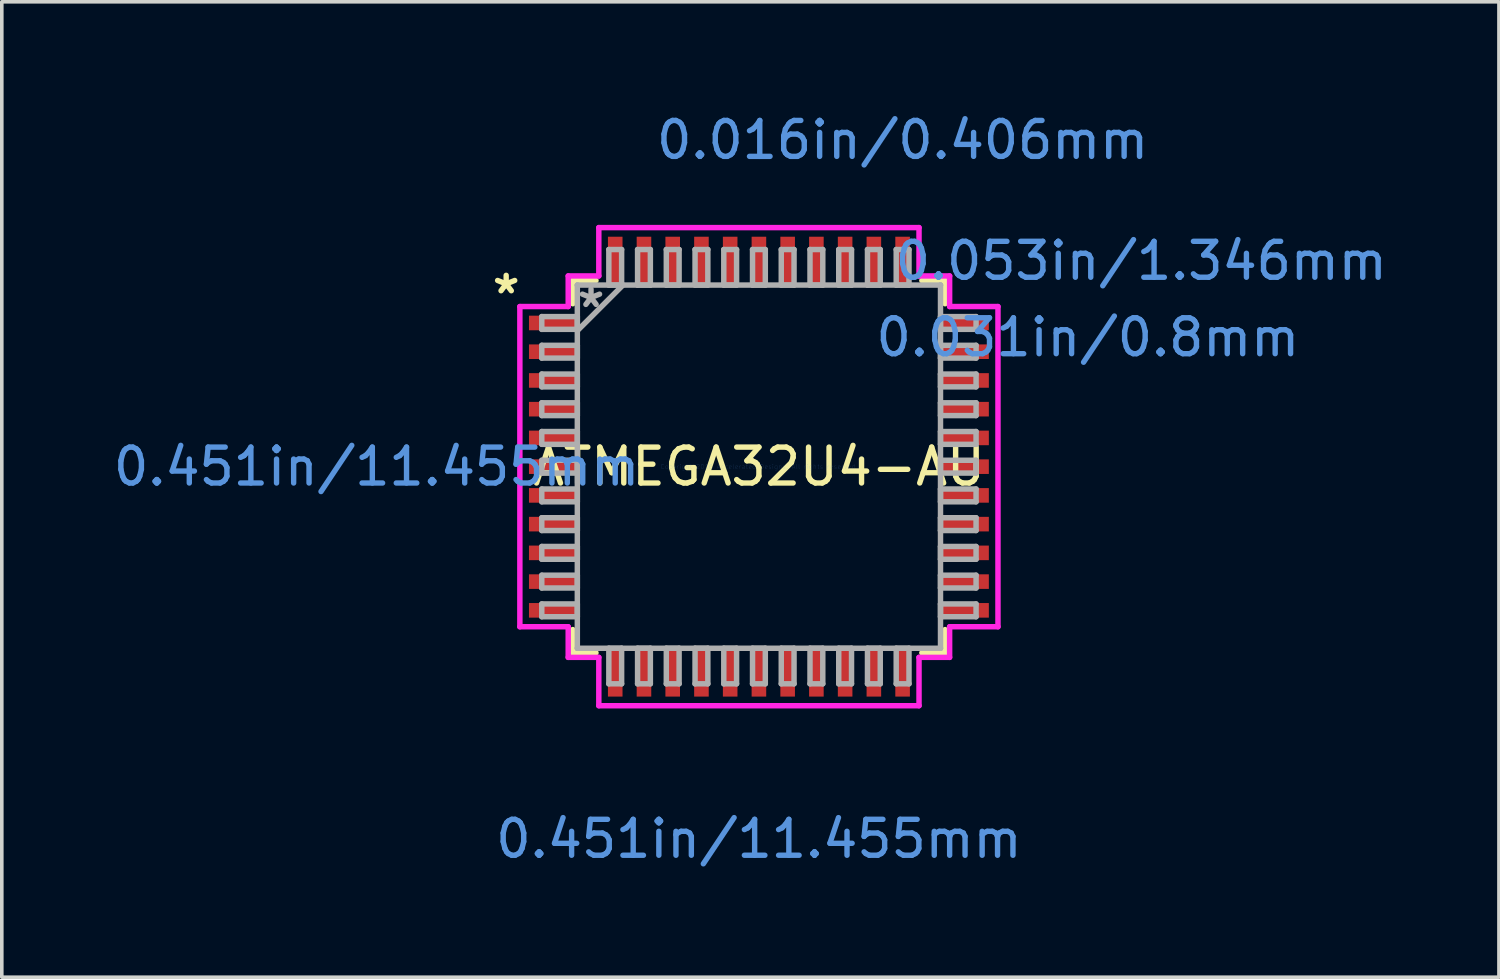
<source format=kicad_pcb>
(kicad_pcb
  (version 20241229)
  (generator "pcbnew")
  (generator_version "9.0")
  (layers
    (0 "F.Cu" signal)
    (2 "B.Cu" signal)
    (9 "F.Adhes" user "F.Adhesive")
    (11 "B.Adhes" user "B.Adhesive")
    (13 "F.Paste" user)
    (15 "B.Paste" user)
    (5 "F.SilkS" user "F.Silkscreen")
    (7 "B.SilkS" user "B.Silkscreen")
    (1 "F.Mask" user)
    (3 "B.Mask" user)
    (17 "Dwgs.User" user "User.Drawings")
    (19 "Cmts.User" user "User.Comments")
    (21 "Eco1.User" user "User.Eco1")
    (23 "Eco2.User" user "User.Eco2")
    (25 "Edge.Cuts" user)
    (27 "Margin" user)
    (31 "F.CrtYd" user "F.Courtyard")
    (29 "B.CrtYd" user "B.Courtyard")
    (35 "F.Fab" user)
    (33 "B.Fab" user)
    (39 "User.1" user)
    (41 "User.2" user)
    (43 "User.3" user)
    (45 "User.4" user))
  (footprint "ATMEGA32U4-AU"
    (layer "F.Cu")
    (at 18.077 9.941)
    (property "Reference" "ATMEGA32U4-AU" (at 0 0 0) (layer "F.SilkS") (effects (font (size 1 1) (thickness 0.15))))
    (attr through_hole)
    (fp_line (start -5.182 -5.182) (end -5.182 -4.536) (stroke (width 0.152) (type solid)) (layer "F.SilkS"))
    (fp_line (start -5.182 4.536) (end -5.182 5.182) (stroke (width 0.152) (type solid)) (layer "F.SilkS"))
    (fp_line (start -5.182 5.182) (end -4.536 5.182) (stroke (width 0.152) (type solid)) (layer "F.SilkS"))
    (fp_line (start -4.536 -5.182) (end -5.182 -5.182) (stroke (width 0.152) (type solid)) (layer "F.SilkS"))
    (fp_line (start 4.536 5.182) (end 5.182 5.182) (stroke (width 0.152) (type solid)) (layer "F.SilkS"))
    (fp_line (start 5.182 -5.182) (end 4.536 -5.182) (stroke (width 0.152) (type solid)) (layer "F.SilkS"))
    (fp_line (start 5.182 -4.536) (end 5.182 -5.182) (stroke (width 0.152) (type solid)) (layer "F.SilkS"))
    (fp_line (start 5.182 5.182) (end 5.182 4.536) (stroke (width 0.152) (type solid)) (layer "F.SilkS"))
    (fp_line (start -6.655 -4.457) (end -5.309 -4.457) (stroke (width 0.152) (type solid)) (layer "F.CrtYd"))
    (fp_line (start -6.655 4.457) (end -6.655 -4.457) (stroke (width 0.152) (type solid)) (layer "F.CrtYd"))
    (fp_line (start -5.309 -5.309) (end -4.457 -5.309) (stroke (width 0.152) (type solid)) (layer "F.CrtYd"))
    (fp_line (start -5.309 -4.457) (end -5.309 -5.309) (stroke (width 0.152) (type solid)) (layer "F.CrtYd"))
    (fp_line (start -5.309 4.457) (end -6.655 4.457) (stroke (width 0.152) (type solid)) (layer "F.CrtYd"))
    (fp_line (start -5.309 5.309) (end -5.309 4.457) (stroke (width 0.152) (type solid)) (layer "F.CrtYd"))
    (fp_line (start -5.309 5.309) (end -4.457 5.309) (stroke (width 0.152) (type solid)) (layer "F.CrtYd"))
    (fp_line (start -4.457 -6.655) (end 4.457 -6.655) (stroke (width 0.152) (type solid)) (layer "F.CrtYd"))
    (fp_line (start -4.457 -5.309) (end -4.457 -6.655) (stroke (width 0.152) (type solid)) (layer "F.CrtYd"))
    (fp_line (start -4.457 5.309) (end -4.457 6.655) (stroke (width 0.152) (type solid)) (layer "F.CrtYd"))
    (fp_line (start -4.457 6.655) (end 4.457 6.655) (stroke (width 0.152) (type solid)) (layer "F.CrtYd"))
    (fp_line (start 4.457 -6.655) (end 4.457 -5.309) (stroke (width 0.152) (type solid)) (layer "F.CrtYd"))
    (fp_line (start 4.457 -5.309) (end 5.309 -5.309) (stroke (width 0.152) (type solid)) (layer "F.CrtYd"))
    (fp_line (start 4.457 5.309) (end 5.309 5.309) (stroke (width 0.152) (type solid)) (layer "F.CrtYd"))
    (fp_line (start 4.457 6.655) (end 4.457 5.309) (stroke (width 0.152) (type solid)) (layer "F.CrtYd"))
    (fp_line (start 5.309 -4.457) (end 5.309 -5.309) (stroke (width 0.152) (type solid)) (layer "F.CrtYd"))
    (fp_line (start 5.309 4.457) (end 6.655 4.457) (stroke (width 0.152) (type solid)) (layer "F.CrtYd"))
    (fp_line (start 5.309 5.309) (end 5.309 4.457) (stroke (width 0.152) (type solid)) (layer "F.CrtYd"))
    (fp_line (start 6.655 -4.457) (end 5.309 -4.457) (stroke (width 0.152) (type solid)) (layer "F.CrtYd"))
    (fp_line (start 6.655 4.457) (end 6.655 -4.457) (stroke (width 0.152) (type solid)) (layer "F.CrtYd"))
    (fp_line (start -6.045 -4.178) (end -6.045 -3.822) (stroke (width 0.152) (type solid)) (layer "F.Fab"))
    (fp_line (start -6.045 -3.822) (end -5.055 -3.822) (stroke (width 0.152) (type solid)) (layer "F.Fab"))
    (fp_line (start -6.045 -3.378) (end -6.045 -3.022) (stroke (width 0.152) (type solid)) (layer "F.Fab"))
    (fp_line (start -6.045 -3.022) (end -5.055 -3.022) (stroke (width 0.152) (type solid)) (layer "F.Fab"))
    (fp_line (start -6.045 -2.578) (end -6.045 -2.222) (stroke (width 0.152) (type solid)) (layer "F.Fab"))
    (fp_line (start -6.045 -2.222) (end -5.055 -2.222) (stroke (width 0.152) (type solid)) (layer "F.Fab"))
    (fp_line (start -6.045 -1.778) (end -6.045 -1.422) (stroke (width 0.152) (type solid)) (layer "F.Fab"))
    (fp_line (start -6.045 -1.422) (end -5.055 -1.422) (stroke (width 0.152) (type solid)) (layer "F.Fab"))
    (fp_line (start -6.045 -0.978) (end -6.045 -0.622) (stroke (width 0.152) (type solid)) (layer "F.Fab"))
    (fp_line (start -6.045 -0.622) (end -5.055 -0.622) (stroke (width 0.152) (type solid)) (layer "F.Fab"))
    (fp_line (start -6.045 -0.178) (end -6.045 0.178) (stroke (width 0.152) (type solid)) (layer "F.Fab"))
    (fp_line (start -6.045 0.178) (end -5.055 0.178) (stroke (width 0.152) (type solid)) (layer "F.Fab"))
    (fp_line (start -6.045 0.622) (end -6.045 0.978) (stroke (width 0.152) (type solid)) (layer "F.Fab"))
    (fp_line (start -6.045 0.978) (end -5.055 0.978) (stroke (width 0.152) (type solid)) (layer "F.Fab"))
    (fp_line (start -6.045 1.422) (end -6.045 1.778) (stroke (width 0.152) (type solid)) (layer "F.Fab"))
    (fp_line (start -6.045 1.778) (end -5.055 1.778) (stroke (width 0.152) (type solid)) (layer "F.Fab"))
    (fp_line (start -6.045 2.222) (end -6.045 2.578) (stroke (width 0.152) (type solid)) (layer "F.Fab"))
    (fp_line (start -6.045 2.578) (end -5.055 2.578) (stroke (width 0.152) (type solid)) (layer "F.Fab"))
    (fp_line (start -6.045 3.022) (end -6.045 3.378) (stroke (width 0.152) (type solid)) (layer "F.Fab"))
    (fp_line (start -6.045 3.378) (end -5.055 3.378) (stroke (width 0.152) (type solid)) (layer "F.Fab"))
    (fp_line (start -6.045 3.822) (end -6.045 4.178) (stroke (width 0.152) (type solid)) (layer "F.Fab"))
    (fp_line (start -6.045 4.178) (end -5.055 4.178) (stroke (width 0.152) (type solid)) (layer "F.Fab"))
    (fp_line (start -5.055 -5.055) (end -5.055 -5.055) (stroke (width 0.152) (type solid)) (layer "F.Fab"))
    (fp_line (start -5.055 -5.055) (end -5.055 5.055) (stroke (width 0.152) (type solid)) (layer "F.Fab"))
    (fp_line (start -5.055 -4.178) (end -6.045 -4.178) (stroke (width 0.152) (type solid)) (layer "F.Fab"))
    (fp_line (start -5.055 -3.822) (end -5.055 -4.178) (stroke (width 0.152) (type solid)) (layer "F.Fab"))
    (fp_line (start -5.055 -3.785) (end -3.785 -5.055) (stroke (width 0.152) (type solid)) (layer "F.Fab"))
    (fp_line (start -5.055 -3.378) (end -6.045 -3.378) (stroke (width 0.152) (type solid)) (layer "F.Fab"))
    (fp_line (start -5.055 -3.022) (end -5.055 -3.378) (stroke (width 0.152) (type solid)) (layer "F.Fab"))
    (fp_line (start -5.055 -2.578) (end -6.045 -2.578) (stroke (width 0.152) (type solid)) (layer "F.Fab"))
    (fp_line (start -5.055 -2.222) (end -5.055 -2.578) (stroke (width 0.152) (type solid)) (layer "F.Fab"))
    (fp_line (start -5.055 -1.778) (end -6.045 -1.778) (stroke (width 0.152) (type solid)) (layer "F.Fab"))
    (fp_line (start -5.055 -1.422) (end -5.055 -1.778) (stroke (width 0.152) (type solid)) (layer "F.Fab"))
    (fp_line (start -5.055 -0.978) (end -6.045 -0.978) (stroke (width 0.152) (type solid)) (layer "F.Fab"))
    (fp_line (start -5.055 -0.622) (end -5.055 -0.978) (stroke (width 0.152) (type solid)) (layer "F.Fab"))
    (fp_line (start -5.055 -0.178) (end -6.045 -0.178) (stroke (width 0.152) (type solid)) (layer "F.Fab"))
    (fp_line (start -5.055 0.178) (end -5.055 -0.178) (stroke (width 0.152) (type solid)) (layer "F.Fab"))
    (fp_line (start -5.055 0.622) (end -6.045 0.622) (stroke (width 0.152) (type solid)) (layer "F.Fab"))
    (fp_line (start -5.055 0.978) (end -5.055 0.622) (stroke (width 0.152) (type solid)) (layer "F.Fab"))
    (fp_line (start -5.055 1.422) (end -6.045 1.422) (stroke (width 0.152) (type solid)) (layer "F.Fab"))
    (fp_line (start -5.055 1.778) (end -5.055 1.422) (stroke (width 0.152) (type solid)) (layer "F.Fab"))
    (fp_line (start -5.055 2.222) (end -6.045 2.222) (stroke (width 0.152) (type solid)) (layer "F.Fab"))
    (fp_line (start -5.055 2.578) (end -5.055 2.222) (stroke (width 0.152) (type solid)) (layer "F.Fab"))
    (fp_line (start -5.055 3.022) (end -6.045 3.022) (stroke (width 0.152) (type solid)) (layer "F.Fab"))
    (fp_line (start -5.055 3.378) (end -5.055 3.022) (stroke (width 0.152) (type solid)) (layer "F.Fab"))
    (fp_line (start -5.055 3.822) (end -6.045 3.822) (stroke (width 0.152) (type solid)) (layer "F.Fab"))
    (fp_line (start -5.055 4.178) (end -5.055 3.822) (stroke (width 0.152) (type solid)) (layer "F.Fab"))
    (fp_line (start -5.055 5.055) (end -5.055 5.055) (stroke (width 0.152) (type solid)) (layer "F.Fab"))
    (fp_line (start -5.055 5.055) (end 5.055 5.055) (stroke (width 0.152) (type solid)) (layer "F.Fab"))
    (fp_line (start -4.178 5.055) (end -4.178 6.045) (stroke (width 0.152) (type solid)) (layer "F.Fab"))
    (fp_line (start -4.178 6.045) (end -3.822 6.045) (stroke (width 0.152) (type solid)) (layer "F.Fab"))
    (fp_line (start -4.178 -6.045) (end -4.178 -5.055) (stroke (width 0.152) (type solid)) (layer "F.Fab"))
    (fp_line (start -4.178 -5.055) (end -3.822 -5.055) (stroke (width 0.152) (type solid)) (layer "F.Fab"))
    (fp_line (start -3.822 5.055) (end -4.178 5.055) (stroke (width 0.152) (type solid)) (layer "F.Fab"))
    (fp_line (start -3.822 6.045) (end -3.822 5.055) (stroke (width 0.152) (type solid)) (layer "F.Fab"))
    (fp_line (start -3.822 -6.045) (end -4.178 -6.045) (stroke (width 0.152) (type solid)) (layer "F.Fab"))
    (fp_line (start -3.822 -5.055) (end -3.822 -6.045) (stroke (width 0.152) (type solid)) (layer "F.Fab"))
    (fp_line (start -3.378 -6.045) (end -3.378 -5.055) (stroke (width 0.152) (type solid)) (layer "F.Fab"))
    (fp_line (start -3.378 -5.055) (end -3.022 -5.055) (stroke (width 0.152) (type solid)) (layer "F.Fab"))
    (fp_line (start -3.378 5.055) (end -3.378 6.045) (stroke (width 0.152) (type solid)) (layer "F.Fab"))
    (fp_line (start -3.378 6.045) (end -3.022 6.045) (stroke (width 0.152) (type solid)) (layer "F.Fab"))
    (fp_line (start -3.022 -6.045) (end -3.378 -6.045) (stroke (width 0.152) (type solid)) (layer "F.Fab"))
    (fp_line (start -3.022 -5.055) (end -3.022 -6.045) (stroke (width 0.152) (type solid)) (layer "F.Fab"))
    (fp_line (start -3.022 5.055) (end -3.378 5.055) (stroke (width 0.152) (type solid)) (layer "F.Fab"))
    (fp_line (start -3.022 6.045) (end -3.022 5.055) (stroke (width 0.152) (type solid)) (layer "F.Fab"))
    (fp_line (start -2.578 -6.045) (end -2.578 -5.055) (stroke (width 0.152) (type solid)) (layer "F.Fab"))
    (fp_line (start -2.578 -5.055) (end -2.222 -5.055) (stroke (width 0.152) (type solid)) (layer "F.Fab"))
    (fp_line (start -2.578 5.055) (end -2.578 6.045) (stroke (width 0.152) (type solid)) (layer "F.Fab"))
    (fp_line (start -2.578 6.045) (end -2.222 6.045) (stroke (width 0.152) (type solid)) (layer "F.Fab"))
    (fp_line (start -2.222 -6.045) (end -2.578 -6.045) (stroke (width 0.152) (type solid)) (layer "F.Fab"))
    (fp_line (start -2.222 -5.055) (end -2.222 -6.045) (stroke (width 0.152) (type solid)) (layer "F.Fab"))
    (fp_line (start -2.222 5.055) (end -2.578 5.055) (stroke (width 0.152) (type solid)) (layer "F.Fab"))
    (fp_line (start -2.222 6.045) (end -2.222 5.055) (stroke (width 0.152) (type solid)) (layer "F.Fab"))
    (fp_line (start -1.778 -6.045) (end -1.778 -5.055) (stroke (width 0.152) (type solid)) (layer "F.Fab"))
    (fp_line (start -1.778 -5.055) (end -1.422 -5.055) (stroke (width 0.152) (type solid)) (layer "F.Fab"))
    (fp_line (start -1.778 5.055) (end -1.778 6.045) (stroke (width 0.152) (type solid)) (layer "F.Fab"))
    (fp_line (start -1.778 6.045) (end -1.422 6.045) (stroke (width 0.152) (type solid)) (layer "F.Fab"))
    (fp_line (start -1.422 -6.045) (end -1.778 -6.045) (stroke (width 0.152) (type solid)) (layer "F.Fab"))
    (fp_line (start -1.422 -5.055) (end -1.422 -6.045) (stroke (width 0.152) (type solid)) (layer "F.Fab"))
    (fp_line (start -1.422 5.055) (end -1.778 5.055) (stroke (width 0.152) (type solid)) (layer "F.Fab"))
    (fp_line (start -1.422 6.045) (end -1.422 5.055) (stroke (width 0.152) (type solid)) (layer "F.Fab"))
    (fp_line (start -0.978 -6.045) (end -0.978 -5.055) (stroke (width 0.152) (type solid)) (layer "F.Fab"))
    (fp_line (start -0.978 -5.055) (end -0.622 -5.055) (stroke (width 0.152) (type solid)) (layer "F.Fab"))
    (fp_line (start -0.978 5.055) (end -0.978 6.045) (stroke (width 0.152) (type solid)) (layer "F.Fab"))
    (fp_line (start -0.978 6.045) (end -0.622 6.045) (stroke (width 0.152) (type solid)) (layer "F.Fab"))
    (fp_line (start -0.622 -6.045) (end -0.978 -6.045) (stroke (width 0.152) (type solid)) (layer "F.Fab"))
    (fp_line (start -0.622 -5.055) (end -0.622 -6.045) (stroke (width 0.152) (type solid)) (layer "F.Fab"))
    (fp_line (start -0.622 5.055) (end -0.978 5.055) (stroke (width 0.152) (type solid)) (layer "F.Fab"))
    (fp_line (start -0.622 6.045) (end -0.622 5.055) (stroke (width 0.152) (type solid)) (layer "F.Fab"))
    (fp_line (start -0.178 -6.045) (end -0.178 -5.055) (stroke (width 0.152) (type solid)) (layer "F.Fab"))
    (fp_line (start -0.178 -5.055) (end 0.178 -5.055) (stroke (width 0.152) (type solid)) (layer "F.Fab"))
    (fp_line (start -0.178 5.055) (end -0.178 6.045) (stroke (width 0.152) (type solid)) (layer "F.Fab"))
    (fp_line (start -0.178 6.045) (end 0.178 6.045) (stroke (width 0.152) (type solid)) (layer "F.Fab"))
    (fp_line (start 0.178 -6.045) (end -0.178 -6.045) (stroke (width 0.152) (type solid)) (layer "F.Fab"))
    (fp_line (start 0.178 -5.055) (end 0.178 -6.045) (stroke (width 0.152) (type solid)) (layer "F.Fab"))
    (fp_line (start 0.178 5.055) (end -0.178 5.055) (stroke (width 0.152) (type solid)) (layer "F.Fab"))
    (fp_line (start 0.178 6.045) (end 0.178 5.055) (stroke (width 0.152) (type solid)) (layer "F.Fab"))
    (fp_line (start 0.622 -6.045) (end 0.622 -5.055) (stroke (width 0.152) (type solid)) (layer "F.Fab"))
    (fp_line (start 0.622 -5.055) (end 0.978 -5.055) (stroke (width 0.152) (type solid)) (layer "F.Fab"))
    (fp_line (start 0.622 5.055) (end 0.622 6.045) (stroke (width 0.152) (type solid)) (layer "F.Fab"))
    (fp_line (start 0.622 6.045) (end 0.978 6.045) (stroke (width 0.152) (type solid)) (layer "F.Fab"))
    (fp_line (start 0.978 -6.045) (end 0.622 -6.045) (stroke (width 0.152) (type solid)) (layer "F.Fab"))
    (fp_line (start 0.978 -5.055) (end 0.978 -6.045) (stroke (width 0.152) (type solid)) (layer "F.Fab"))
    (fp_line (start 0.978 5.055) (end 0.622 5.055) (stroke (width 0.152) (type solid)) (layer "F.Fab"))
    (fp_line (start 0.978 6.045) (end 0.978 5.055) (stroke (width 0.152) (type solid)) (layer "F.Fab"))
    (fp_line (start 1.422 -6.045) (end 1.422 -5.055) (stroke (width 0.152) (type solid)) (layer "F.Fab"))
    (fp_line (start 1.422 -5.055) (end 1.778 -5.055) (stroke (width 0.152) (type solid)) (layer "F.Fab"))
    (fp_line (start 1.422 5.055) (end 1.422 6.045) (stroke (width 0.152) (type solid)) (layer "F.Fab"))
    (fp_line (start 1.422 6.045) (end 1.778 6.045) (stroke (width 0.152) (type solid)) (layer "F.Fab"))
    (fp_line (start 1.778 -6.045) (end 1.422 -6.045) (stroke (width 0.152) (type solid)) (layer "F.Fab"))
    (fp_line (start 1.778 -5.055) (end 1.778 -6.045) (stroke (width 0.152) (type solid)) (layer "F.Fab"))
    (fp_line (start 1.778 5.055) (end 1.422 5.055) (stroke (width 0.152) (type solid)) (layer "F.Fab"))
    (fp_line (start 1.778 6.045) (end 1.778 5.055) (stroke (width 0.152) (type solid)) (layer "F.Fab"))
    (fp_line (start 2.222 -6.045) (end 2.222 -5.055) (stroke (width 0.152) (type solid)) (layer "F.Fab"))
    (fp_line (start 2.222 -5.055) (end 2.578 -5.055) (stroke (width 0.152) (type solid)) (layer "F.Fab"))
    (fp_line (start 2.222 5.055) (end 2.222 6.045) (stroke (width 0.152) (type solid)) (layer "F.Fab"))
    (fp_line (start 2.222 6.045) (end 2.578 6.045) (stroke (width 0.152) (type solid)) (layer "F.Fab"))
    (fp_line (start 2.578 -6.045) (end 2.222 -6.045) (stroke (width 0.152) (type solid)) (layer "F.Fab"))
    (fp_line (start 2.578 -5.055) (end 2.578 -6.045) (stroke (width 0.152) (type solid)) (layer "F.Fab"))
    (fp_line (start 2.578 5.055) (end 2.222 5.055) (stroke (width 0.152) (type solid)) (layer "F.Fab"))
    (fp_line (start 2.578 6.045) (end 2.578 5.055) (stroke (width 0.152) (type solid)) (layer "F.Fab"))
    (fp_line (start 3.022 -6.045) (end 3.022 -5.055) (stroke (width 0.152) (type solid)) (layer "F.Fab"))
    (fp_line (start 3.022 -5.055) (end 3.378 -5.055) (stroke (width 0.152) (type solid)) (layer "F.Fab"))
    (fp_line (start 3.022 5.055) (end 3.022 6.045) (stroke (width 0.152) (type solid)) (layer "F.Fab"))
    (fp_line (start 3.022 6.045) (end 3.378 6.045) (stroke (width 0.152) (type solid)) (layer "F.Fab"))
    (fp_line (start 3.378 -6.045) (end 3.022 -6.045) (stroke (width 0.152) (type solid)) (layer "F.Fab"))
    (fp_line (start 3.378 -5.055) (end 3.378 -6.045) (stroke (width 0.152) (type solid)) (layer "F.Fab"))
    (fp_line (start 3.378 5.055) (end 3.022 5.055) (stroke (width 0.152) (type solid)) (layer "F.Fab"))
    (fp_line (start 3.378 6.045) (end 3.378 5.055) (stroke (width 0.152) (type solid)) (layer "F.Fab"))
    (fp_line (start 3.822 5.055) (end 3.822 6.045) (stroke (width 0.152) (type solid)) (layer "F.Fab"))
    (fp_line (start 3.822 6.045) (end 4.178 6.045) (stroke (width 0.152) (type solid)) (layer "F.Fab"))
    (fp_line (start 3.822 -6.045) (end 3.822 -5.055) (stroke (width 0.152) (type solid)) (layer "F.Fab"))
    (fp_line (start 3.822 -5.055) (end 4.178 -5.055) (stroke (width 0.152) (type solid)) (layer "F.Fab"))
    (fp_line (start 4.178 5.055) (end 3.822 5.055) (stroke (width 0.152) (type solid)) (layer "F.Fab"))
    (fp_line (start 4.178 6.045) (end 4.178 5.055) (stroke (width 0.152) (type solid)) (layer "F.Fab"))
    (fp_line (start 4.178 -6.045) (end 3.822 -6.045) (stroke (width 0.152) (type solid)) (layer "F.Fab"))
    (fp_line (start 4.178 -5.055) (end 4.178 -6.045) (stroke (width 0.152) (type solid)) (layer "F.Fab"))
    (fp_line (start 5.055 -5.055) (end -5.055 -5.055) (stroke (width 0.152) (type solid)) (layer "F.Fab"))
    (fp_line (start 5.055 -5.055) (end 5.055 -5.055) (stroke (width 0.152) (type solid)) (layer "F.Fab"))
    (fp_line (start 5.055 -4.178) (end 5.055 -3.822) (stroke (width 0.152) (type solid)) (layer "F.Fab"))
    (fp_line (start 5.055 -3.822) (end 6.045 -3.822) (stroke (width 0.152) (type solid)) (layer "F.Fab"))
    (fp_line (start 5.055 -3.378) (end 5.055 -3.022) (stroke (width 0.152) (type solid)) (layer "F.Fab"))
    (fp_line (start 5.055 -3.022) (end 6.045 -3.022) (stroke (width 0.152) (type solid)) (layer "F.Fab"))
    (fp_line (start 5.055 -2.578) (end 5.055 -2.222) (stroke (width 0.152) (type solid)) (layer "F.Fab"))
    (fp_line (start 5.055 -2.222) (end 6.045 -2.222) (stroke (width 0.152) (type solid)) (layer "F.Fab"))
    (fp_line (start 5.055 -1.778) (end 5.055 -1.422) (stroke (width 0.152) (type solid)) (layer "F.Fab"))
    (fp_line (start 5.055 -1.422) (end 6.045 -1.422) (stroke (width 0.152) (type solid)) (layer "F.Fab"))
    (fp_line (start 5.055 -0.978) (end 5.055 -0.622) (stroke (width 0.152) (type solid)) (layer "F.Fab"))
    (fp_line (start 5.055 -0.622) (end 6.045 -0.622) (stroke (width 0.152) (type solid)) (layer "F.Fab"))
    (fp_line (start 5.055 -0.178) (end 5.055 0.178) (stroke (width 0.152) (type solid)) (layer "F.Fab"))
    (fp_line (start 5.055 0.178) (end 6.045 0.178) (stroke (width 0.152) (type solid)) (layer "F.Fab"))
    (fp_line (start 5.055 0.622) (end 5.055 0.978) (stroke (width 0.152) (type solid)) (layer "F.Fab"))
    (fp_line (start 5.055 0.978) (end 6.045 0.978) (stroke (width 0.152) (type solid)) (layer "F.Fab"))
    (fp_line (start 5.055 1.422) (end 5.055 1.778) (stroke (width 0.152) (type solid)) (layer "F.Fab"))
    (fp_line (start 5.055 1.778) (end 6.045 1.778) (stroke (width 0.152) (type solid)) (layer "F.Fab"))
    (fp_line (start 5.055 2.222) (end 5.055 2.578) (stroke (width 0.152) (type solid)) (layer "F.Fab"))
    (fp_line (start 5.055 2.578) (end 6.045 2.578) (stroke (width 0.152) (type solid)) (layer "F.Fab"))
    (fp_line (start 5.055 3.022) (end 5.055 3.378) (stroke (width 0.152) (type solid)) (layer "F.Fab"))
    (fp_line (start 5.055 3.378) (end 6.045 3.378) (stroke (width 0.152) (type solid)) (layer "F.Fab"))
    (fp_line (start 5.055 3.822) (end 5.055 4.178) (stroke (width 0.152) (type solid)) (layer "F.Fab"))
    (fp_line (start 5.055 4.178) (end 6.045 4.178) (stroke (width 0.152) (type solid)) (layer "F.Fab"))
    (fp_line (start 5.055 5.055) (end 5.055 -5.055) (stroke (width 0.152) (type solid)) (layer "F.Fab"))
    (fp_line (start 5.055 5.055) (end 5.055 5.055) (stroke (width 0.152) (type solid)) (layer "F.Fab"))
    (fp_line (start 6.045 -4.178) (end 5.055 -4.178) (stroke (width 0.152) (type solid)) (layer "F.Fab"))
    (fp_line (start 6.045 -3.822) (end 6.045 -4.178) (stroke (width 0.152) (type solid)) (layer "F.Fab"))
    (fp_line (start 6.045 -3.378) (end 5.055 -3.378) (stroke (width 0.152) (type solid)) (layer "F.Fab"))
    (fp_line (start 6.045 -3.022) (end 6.045 -3.378) (stroke (width 0.152) (type solid)) (layer "F.Fab"))
    (fp_line (start 6.045 -2.578) (end 5.055 -2.578) (stroke (width 0.152) (type solid)) (layer "F.Fab"))
    (fp_line (start 6.045 -2.222) (end 6.045 -2.578) (stroke (width 0.152) (type solid)) (layer "F.Fab"))
    (fp_line (start 6.045 -1.778) (end 5.055 -1.778) (stroke (width 0.152) (type solid)) (layer "F.Fab"))
    (fp_line (start 6.045 -1.422) (end 6.045 -1.778) (stroke (width 0.152) (type solid)) (layer "F.Fab"))
    (fp_line (start 6.045 -0.978) (end 5.055 -0.978) (stroke (width 0.152) (type solid)) (layer "F.Fab"))
    (fp_line (start 6.045 -0.622) (end 6.045 -0.978) (stroke (width 0.152) (type solid)) (layer "F.Fab"))
    (fp_line (start 6.045 -0.178) (end 5.055 -0.178) (stroke (width 0.152) (type solid)) (layer "F.Fab"))
    (fp_line (start 6.045 0.178) (end 6.045 -0.178) (stroke (width 0.152) (type solid)) (layer "F.Fab"))
    (fp_line (start 6.045 0.622) (end 5.055 0.622) (stroke (width 0.152) (type solid)) (layer "F.Fab"))
    (fp_line (start 6.045 0.978) (end 6.045 0.622) (stroke (width 0.152) (type solid)) (layer "F.Fab"))
    (fp_line (start 6.045 1.422) (end 5.055 1.422) (stroke (width 0.152) (type solid)) (layer "F.Fab"))
    (fp_line (start 6.045 1.778) (end 6.045 1.422) (stroke (width 0.152) (type solid)) (layer "F.Fab"))
    (fp_line (start 6.045 2.222) (end 5.055 2.222) (stroke (width 0.152) (type solid)) (layer "F.Fab"))
    (fp_line (start 6.045 2.578) (end 6.045 2.222) (stroke (width 0.152) (type solid)) (layer "F.Fab"))
    (fp_line (start 6.045 3.022) (end 5.055 3.022) (stroke (width 0.152) (type solid)) (layer "F.Fab"))
    (fp_line (start 6.045 3.378) (end 6.045 3.022) (stroke (width 0.152) (type solid)) (layer "F.Fab"))
    (fp_line (start 6.045 3.822) (end 5.055 3.822) (stroke (width 0.152) (type solid)) (layer "F.Fab"))
    (fp_line (start 6.045 4.178) (end 6.045 3.822) (stroke (width 0.152) (type solid)) (layer "F.Fab"))
    (fp_text user "*" (at -7.036 -4.781 0) (layer "F.SilkS") (effects (font (size 1 1) (thickness 0.15))))
    (fp_text user "0.031in/0.8mm" (at 9.157 -3.6 0) (layer "Cmts.User") (effects (font (size 1 1) (thickness 0.15))))
    (fp_text user "0.016in/0.406mm" (at 4 -9.093 0) (layer "Cmts.User") (effects (font (size 1 1) (thickness 0.15))))
    (fp_text user "0.451in/11.455mm" (at 0 10.363 0) (layer "Cmts.User") (effects (font (size 1 1) (thickness 0.15))))
    (fp_text user "0.451in/11.455mm" (at -10.643 0 0) (layer "Cmts.User") (effects (font (size 1 1) (thickness 0.15))))
    (fp_text user "Copyright 2016 Accelerated Designs. All rights reserved." (at 0 0 0) (layer "Cmts.User") (effects (font (size 0.127 0.127) (thickness 0.002))))
    (fp_text user "0.053in/1.346mm" (at 10.643 -5.728 0) (layer "Cmts.User") (effects (font (size 1 1) (thickness 0.15))))
    (fp_text user "*" (at -4.674 -4.4 0) (layer "F.Fab") (effects (font (size 1 1) (thickness 0.15))))
    (pad "1" smd rect (at -5.728 -4 90) (size 0.406 1.346) (layers "F.Cu" "F.Mask" "F.Paste"))
    (pad "2" smd rect (at -5.728 -3.2 90) (size 0.406 1.346) (layers "F.Cu" "F.Mask" "F.Paste"))
    (pad "3" smd rect (at -5.728 -2.4 90) (size 0.406 1.346) (layers "F.Cu" "F.Mask" "F.Paste"))
    (pad "4" smd rect (at -5.728 -1.6 90) (size 0.406 1.346) (layers "F.Cu" "F.Mask" "F.Paste"))
    (pad "5" smd rect (at -5.728 -0.8 90) (size 0.406 1.346) (layers "F.Cu" "F.Mask" "F.Paste"))
    (pad "6" smd rect (at -5.728 0 90) (size 0.406 1.346) (layers "F.Cu" "F.Mask" "F.Paste"))
    (pad "7" smd rect (at -5.728 0.8 90) (size 0.406 1.346) (layers "F.Cu" "F.Mask" "F.Paste"))
    (pad "8" smd rect (at -5.728 1.6 90) (size 0.406 1.346) (layers "F.Cu" "F.Mask" "F.Paste"))
    (pad "9" smd rect (at -5.728 2.4 90) (size 0.406 1.346) (layers "F.Cu" "F.Mask" "F.Paste"))
    (pad "10" smd rect (at -5.728 3.2 90) (size 0.406 1.346) (layers "F.Cu" "F.Mask" "F.Paste"))
    (pad "11" smd rect (at -5.728 4 90) (size 0.406 1.346) (layers "F.Cu" "F.Mask" "F.Paste"))
    (pad "12" smd rect (at -4 5.728) (size 0.406 1.346) (layers "F.Cu" "F.Mask" "F.Paste"))
    (pad "13" smd rect (at -3.2 5.728) (size 0.406 1.346) (layers "F.Cu" "F.Mask" "F.Paste"))
    (pad "14" smd rect (at -2.4 5.728) (size 0.406 1.346) (layers "F.Cu" "F.Mask" "F.Paste"))
    (pad "15" smd rect (at -1.6 5.728) (size 0.406 1.346) (layers "F.Cu" "F.Mask" "F.Paste"))
    (pad "16" smd rect (at -0.8 5.728) (size 0.406 1.346) (layers "F.Cu" "F.Mask" "F.Paste"))
    (pad "17" smd rect (at 0 5.728) (size 0.406 1.346) (layers "F.Cu" "F.Mask" "F.Paste"))
    (pad "18" smd rect (at 0.8 5.728) (size 0.406 1.346) (layers "F.Cu" "F.Mask" "F.Paste"))
    (pad "19" smd rect (at 1.6 5.728) (size 0.406 1.346) (layers "F.Cu" "F.Mask" "F.Paste"))
    (pad "20" smd rect (at 2.4 5.728) (size 0.406 1.346) (layers "F.Cu" "F.Mask" "F.Paste"))
    (pad "21" smd rect (at 3.2 5.728) (size 0.406 1.346) (layers "F.Cu" "F.Mask" "F.Paste"))
    (pad "22" smd rect (at 4 5.728) (size 0.406 1.346) (layers "F.Cu" "F.Mask" "F.Paste"))
    (pad "23" smd rect (at 5.728 4 90) (size 0.406 1.346) (layers "F.Cu" "F.Mask" "F.Paste"))
    (pad "24" smd rect (at 5.728 3.2 90) (size 0.406 1.346) (layers "F.Cu" "F.Mask" "F.Paste"))
    (pad "25" smd rect (at 5.728 2.4 90) (size 0.406 1.346) (layers "F.Cu" "F.Mask" "F.Paste"))
    (pad "26" smd rect (at 5.728 1.6 90) (size 0.406 1.346) (layers "F.Cu" "F.Mask" "F.Paste"))
    (pad "27" smd rect (at 5.728 0.8 90) (size 0.406 1.346) (layers "F.Cu" "F.Mask" "F.Paste"))
    (pad "28" smd rect (at 5.728 0 90) (size 0.406 1.346) (layers "F.Cu" "F.Mask" "F.Paste"))
    (pad "29" smd rect (at 5.728 -0.8 90) (size 0.406 1.346) (layers "F.Cu" "F.Mask" "F.Paste"))
    (pad "30" smd rect (at 5.728 -1.6 90) (size 0.406 1.346) (layers "F.Cu" "F.Mask" "F.Paste"))
    (pad "31" smd rect (at 5.728 -2.4 90) (size 0.406 1.346) (layers "F.Cu" "F.Mask" "F.Paste"))
    (pad "32" smd rect (at 5.728 -3.2 90) (size 0.406 1.346) (layers "F.Cu" "F.Mask" "F.Paste"))
    (pad "33" smd rect (at 5.728 -4 90) (size 0.406 1.346) (layers "F.Cu" "F.Mask" "F.Paste"))
    (pad "34" smd rect (at 4 -5.728) (size 0.406 1.346) (layers "F.Cu" "F.Mask" "F.Paste"))
    (pad "35" smd rect (at 3.2 -5.728) (size 0.406 1.346) (layers "F.Cu" "F.Mask" "F.Paste"))
    (pad "36" smd rect (at 2.4 -5.728) (size 0.406 1.346) (layers "F.Cu" "F.Mask" "F.Paste"))
    (pad "37" smd rect (at 1.6 -5.728) (size 0.406 1.346) (layers "F.Cu" "F.Mask" "F.Paste"))
    (pad "38" smd rect (at 0.8 -5.728) (size 0.406 1.346) (layers "F.Cu" "F.Mask" "F.Paste"))
    (pad "39" smd rect (at 0 -5.728) (size 0.406 1.346) (layers "F.Cu" "F.Mask" "F.Paste"))
    (pad "40" smd rect (at -0.8 -5.728) (size 0.406 1.346) (layers "F.Cu" "F.Mask" "F.Paste"))
    (pad "41" smd rect (at -1.6 -5.728) (size 0.406 1.346) (layers "F.Cu" "F.Mask" "F.Paste"))
    (pad "42" smd rect (at -2.4 -5.728) (size 0.406 1.346) (layers "F.Cu" "F.Mask" "F.Paste"))
    (pad "43" smd rect (at -3.2 -5.728) (size 0.406 1.346) (layers "F.Cu" "F.Mask" "F.Paste"))
    (pad "44" smd rect (at -4 -5.728) (size 0.406 1.346) (layers "F.Cu" "F.Mask" "F.Paste")))
  (gr_rect
    (start -3 -3)
    (end 38.678 24.153)
    (stroke (width 0.1) (type default))
    (fill no)
    (layer "Edge.Cuts")))
</source>
